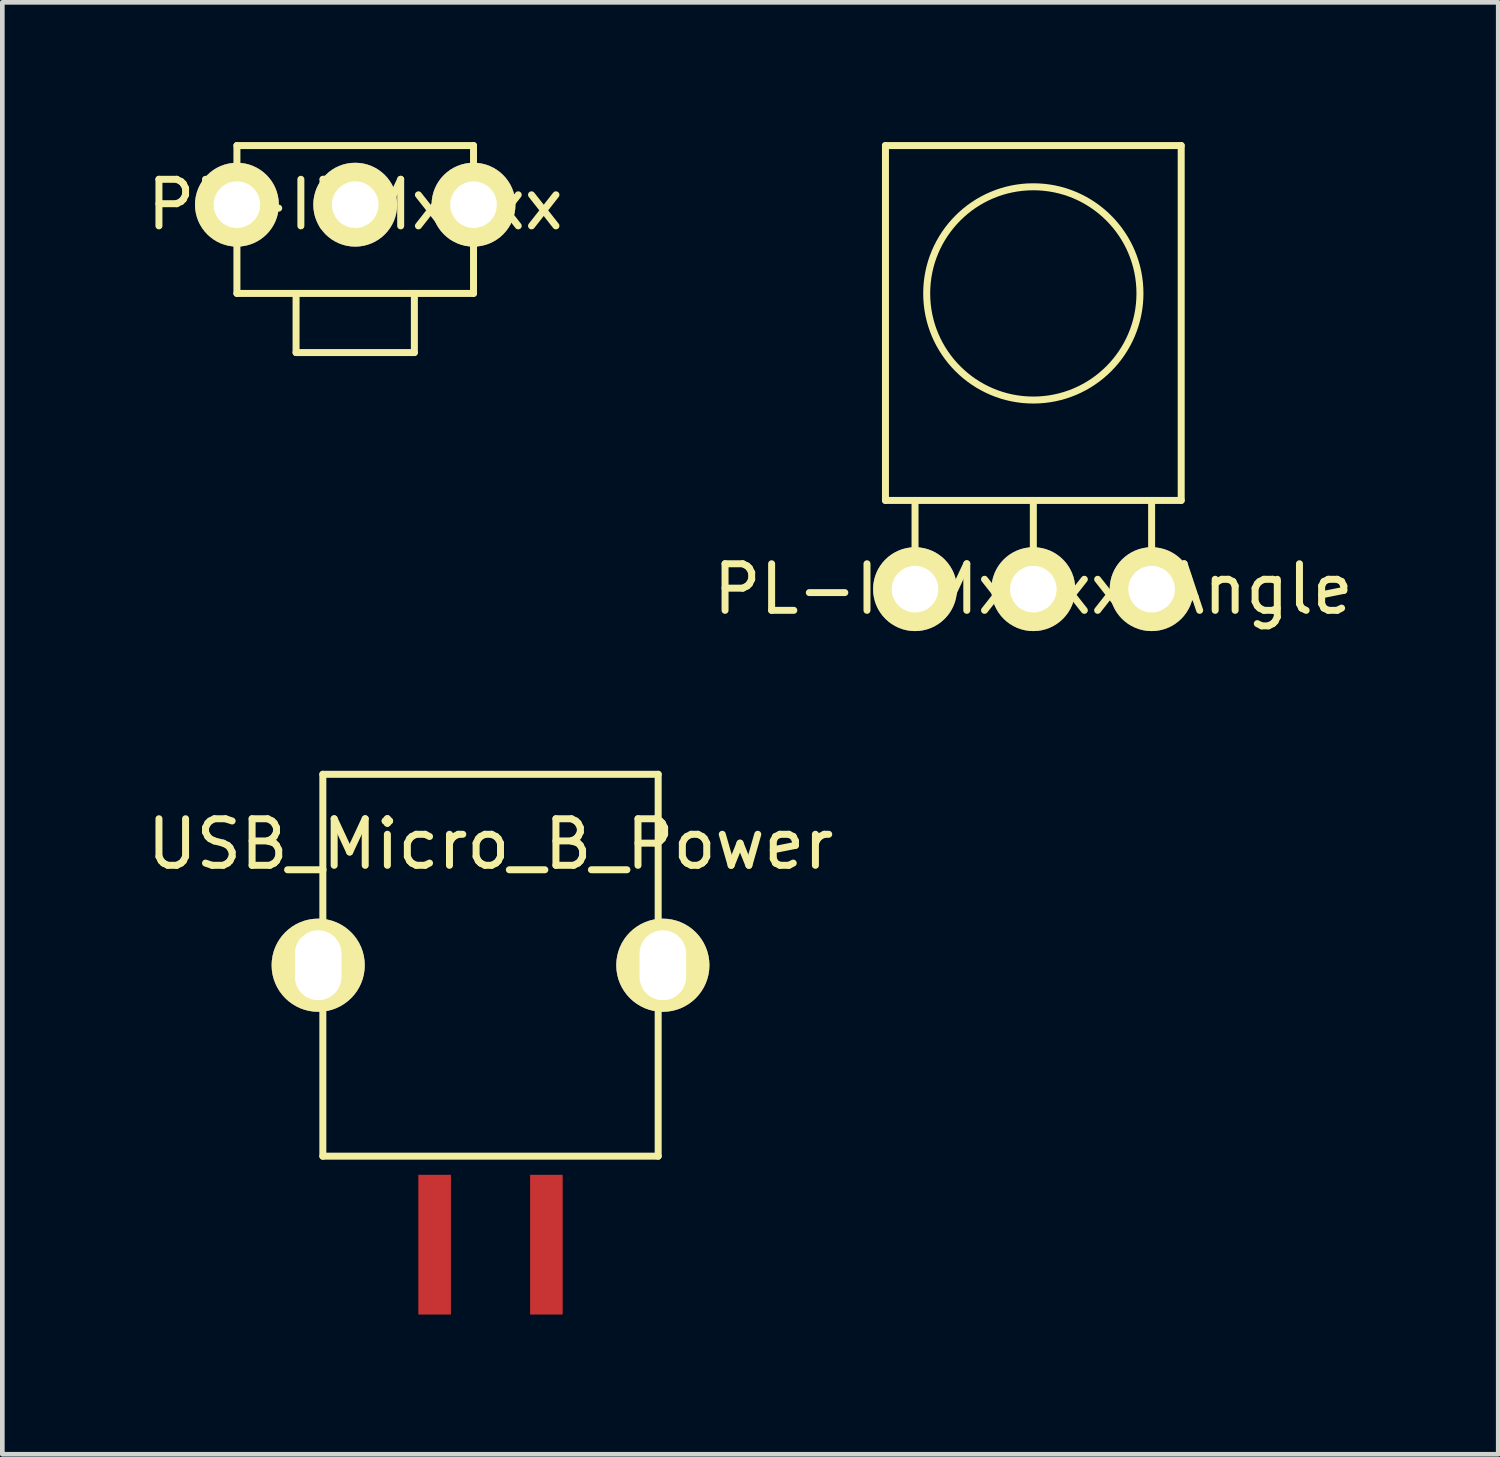
<source format=kicad_pcb>
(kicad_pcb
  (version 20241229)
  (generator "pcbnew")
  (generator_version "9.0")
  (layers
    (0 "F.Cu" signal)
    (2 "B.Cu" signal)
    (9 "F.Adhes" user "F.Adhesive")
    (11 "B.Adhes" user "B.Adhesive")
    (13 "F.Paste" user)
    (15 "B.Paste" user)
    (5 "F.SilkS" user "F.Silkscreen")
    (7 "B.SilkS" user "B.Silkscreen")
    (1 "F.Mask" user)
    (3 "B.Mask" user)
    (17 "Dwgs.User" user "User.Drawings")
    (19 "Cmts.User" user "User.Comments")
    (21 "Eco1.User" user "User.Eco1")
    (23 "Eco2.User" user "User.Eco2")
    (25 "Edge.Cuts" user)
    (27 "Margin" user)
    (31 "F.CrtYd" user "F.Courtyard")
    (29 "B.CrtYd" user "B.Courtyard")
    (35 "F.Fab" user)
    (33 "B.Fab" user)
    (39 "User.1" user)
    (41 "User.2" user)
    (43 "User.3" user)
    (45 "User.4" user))
  (footprint "PL-IRMxxxx"
    (layer "F.Cu")
    (at 4.577 1.345)
    (property "Reference" "PL-IRMxxxx" (at 0 0 0) (layer "F.SilkS") (effects (font (size 1 1) (thickness 0.15))))
    (attr through_hole)
    (fp_line (start -2.54 -1.27) (end 2.54 -1.27) (stroke (width 0.15) (type solid)) (layer "F.SilkS"))
    (fp_line (start -2.54 1.905) (end -2.54 -1.27) (stroke (width 0.15) (type solid)) (layer "F.SilkS"))
    (fp_line (start -1.27 1.905) (end -1.27 3.175) (stroke (width 0.15) (type solid)) (layer "F.SilkS"))
    (fp_line (start -1.27 3.175) (end 1.27 3.175) (stroke (width 0.15) (type solid)) (layer "F.SilkS"))
    (fp_line (start 1.27 3.175) (end 1.27 1.905) (stroke (width 0.15) (type solid)) (layer "F.SilkS"))
    (fp_line (start 2.54 -1.27) (end 2.54 1.905) (stroke (width 0.15) (type solid)) (layer "F.SilkS"))
    (fp_line (start 2.54 1.905) (end -2.54 1.905) (stroke (width 0.15) (type solid)) (layer "F.SilkS"))
    (pad "1" thru_hole circle (at -2.54 0) (size 1.8 1.8) (drill 1) (layers "*.Cu" "*.Mask" "F.SilkS"))
    (pad "2" thru_hole circle (at 0 0) (size 1.8 1.8) (drill 1) (layers "*.Cu" "*.Mask" "F.SilkS"))
    (pad "3" thru_hole circle (at 2.54 0) (size 1.8 1.8) (drill 1) (layers "*.Cu" "*.Mask" "F.SilkS")))
  (footprint "PL-IRMxxxx_Angle"
    (layer "F.Cu")
    (at 19.137 9.6)
    (property "Reference" "PL-IRMxxxx_Angle" (at 0 0 0) (layer "F.SilkS") (effects (font (size 1 1) (thickness 0.15))))
    (attr through_hole)
    (fp_line (start -3.175 -9.525) (end 3.175 -9.525) (stroke (width 0.15) (type solid)) (layer "F.SilkS"))
    (fp_line (start -3.175 -1.905) (end -3.175 -9.525) (stroke (width 0.15) (type solid)) (layer "F.SilkS"))
    (fp_line (start -2.54 -1.905) (end -2.54 0) (stroke (width 0.15) (type solid)) (layer "F.SilkS"))
    (fp_line (start 0 0) (end 0 -1.905) (stroke (width 0.15) (type solid)) (layer "F.SilkS"))
    (fp_line (start 2.54 0) (end 2.54 -1.905) (stroke (width 0.15) (type solid)) (layer "F.SilkS"))
    (fp_line (start 3.175 -9.525) (end 3.175 -1.905) (stroke (width 0.15) (type solid)) (layer "F.SilkS"))
    (fp_line (start 3.175 -1.905) (end -3.175 -1.905) (stroke (width 0.15) (type solid)) (layer "F.SilkS"))
    (fp_circle (center 0 -6.35) (end 1.905 -7.62) (stroke (width 0.15) (type solid)) (fill no) (layer "F.SilkS"))
    (pad "1" thru_hole circle (at -2.54 0) (size 1.8 1.8) (drill 1) (layers "*.Cu" "*.Mask" "F.SilkS"))
    (pad "2" thru_hole circle (at 0 0) (size 1.8 1.8) (drill 1) (layers "*.Cu" "*.Mask" "F.SilkS"))
    (pad "3" thru_hole circle (at 2.54 0) (size 1.8 1.8) (drill 1) (layers "*.Cu" "*.Mask" "F.SilkS")))
  (footprint "USB_Micro_B_Power"
    (layer "F.Cu")
    (at 7.482 17.675)
    (property "Reference" "USB_Micro_B_Power" (at 0 -2.6 0) (layer "F.SilkS") (effects (font (size 1 1) (thickness 0.15))))
    (attr through_hole)
    (fp_line (start -3.6 -4.1) (end -3.6 4.1) (stroke (width 0.15) (type solid)) (layer "F.SilkS"))
    (fp_line (start -3.6 4.1) (end 3.6 4.1) (stroke (width 0.15) (type solid)) (layer "F.SilkS"))
    (fp_line (start 3.6 -4.1) (end -3.6 -4.1) (stroke (width 0.15) (type solid)) (layer "F.SilkS"))
    (fp_line (start 3.6 0) (end 3.6 -4.1) (stroke (width 0.15) (type solid)) (layer "F.SilkS"))
    (fp_line (start 3.6 0) (end 3.6 4.1) (stroke (width 0.15) (type solid)) (layer "F.SilkS"))
    (pad "1" smd rect (at 1.2 6) (size 0.7 3) (layers "F.Cu" "F.Mask" "F.Paste"))
    (pad "5" smd rect (at -1.2 6) (size 0.7 3) (layers "F.Cu" "F.Mask" "F.Paste"))
    (pad "6" thru_hole oval (at -3.7 0) (size 2 2) (drill oval 1 1.5) (layers "*.Cu" "*.Mask" "F.SilkS"))
    (pad "6" thru_hole oval (at 3.7 0) (size 2 2) (drill oval 1 1.5) (layers "*.Cu" "*.Mask" "F.SilkS")))
  (gr_rect
    (start -3 -3)
    (end 29.119 28.175)
    (stroke (width 0.1) (type default))
    (fill no)
    (layer "Edge.Cuts")))
</source>
